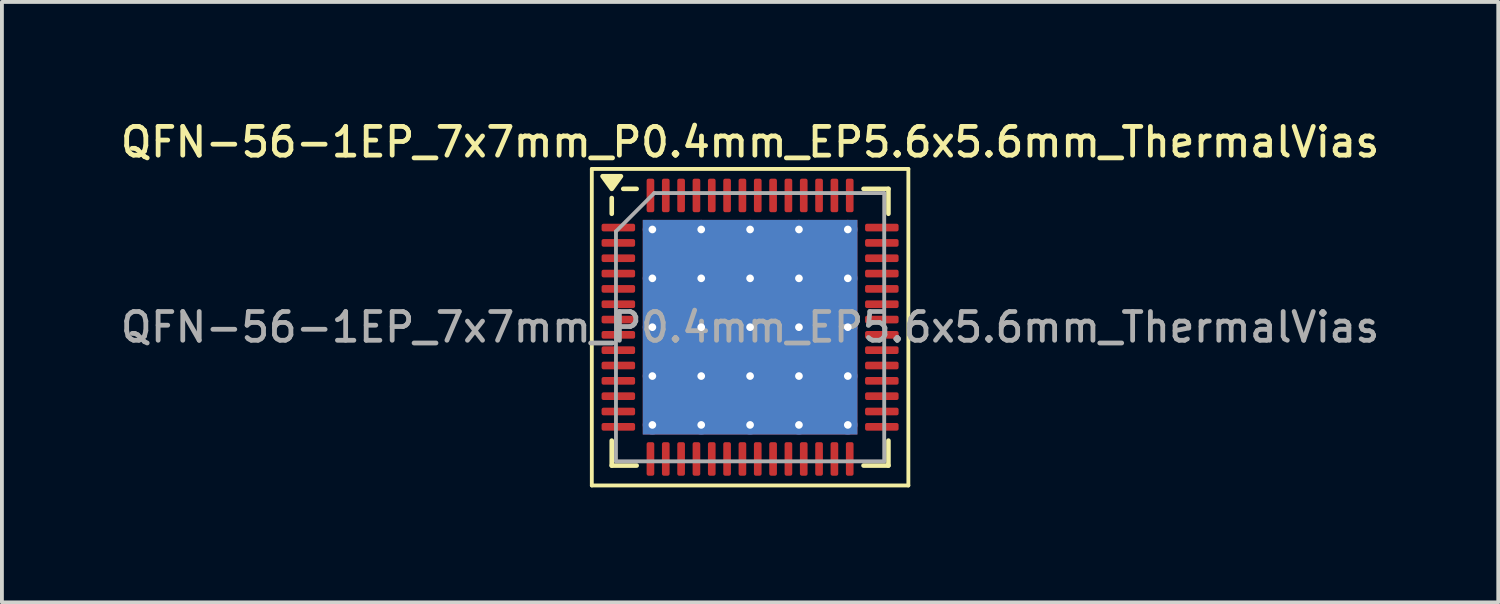
<source format=kicad_pcb>
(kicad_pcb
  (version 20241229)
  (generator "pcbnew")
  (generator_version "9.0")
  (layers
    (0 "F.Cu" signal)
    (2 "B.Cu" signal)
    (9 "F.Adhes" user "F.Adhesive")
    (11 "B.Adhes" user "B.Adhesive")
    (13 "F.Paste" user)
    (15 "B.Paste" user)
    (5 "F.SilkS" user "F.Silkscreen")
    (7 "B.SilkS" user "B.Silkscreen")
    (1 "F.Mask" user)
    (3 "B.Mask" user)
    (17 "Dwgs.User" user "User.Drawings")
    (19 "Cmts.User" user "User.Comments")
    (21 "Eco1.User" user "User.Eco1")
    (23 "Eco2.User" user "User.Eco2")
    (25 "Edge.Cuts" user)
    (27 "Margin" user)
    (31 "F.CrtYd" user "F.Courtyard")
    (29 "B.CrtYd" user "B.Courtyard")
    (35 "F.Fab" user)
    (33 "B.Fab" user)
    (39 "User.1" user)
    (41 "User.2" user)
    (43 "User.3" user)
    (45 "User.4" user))
  (footprint "QFN-56-1EP_7x7mm_P0.4mm_EP5.6x5.6mm_ThermalVias"
    (layer "F.Cu")
    (at 16.523 5.488)
    (property "Reference" "QFN-56-1EP_7x7mm_P0.4mm_EP5.6x5.6mm_ThermalVias" (at 0 -4.83 0) (layer "F.SilkS") (effects (font (size 0.75 0.75) (thickness 0.125))))
    (attr smd)
    (fp_line (start -4.13 -4.13) (end -4.13 4.13) (stroke (width 0.1) (type solid)) (layer "F.SilkS"))
    (fp_line (start -4.13 4.13) (end 4.13 4.13) (stroke (width 0.1) (type solid)) (layer "F.SilkS"))
    (fp_line (start -3.61 -2.96) (end -3.61 -3.37) (stroke (width 0.12) (type solid)) (layer "F.SilkS"))
    (fp_line (start -3.61 3.61) (end -3.61 2.96) (stroke (width 0.12) (type solid)) (layer "F.SilkS"))
    (fp_line (start -2.96 -3.61) (end -3.31 -3.61) (stroke (width 0.12) (type solid)) (layer "F.SilkS"))
    (fp_line (start -2.96 3.61) (end -3.61 3.61) (stroke (width 0.12) (type solid)) (layer "F.SilkS"))
    (fp_line (start 2.96 -3.61) (end 3.61 -3.61) (stroke (width 0.12) (type solid)) (layer "F.SilkS"))
    (fp_line (start 2.96 3.61) (end 3.61 3.61) (stroke (width 0.12) (type solid)) (layer "F.SilkS"))
    (fp_line (start 3.61 -3.61) (end 3.61 -2.96) (stroke (width 0.12) (type solid)) (layer "F.SilkS"))
    (fp_line (start 3.61 3.61) (end 3.61 2.96) (stroke (width 0.12) (type solid)) (layer "F.SilkS"))
    (fp_line (start 4.13 -4.13) (end -4.13 -4.13) (stroke (width 0.1) (type solid)) (layer "F.SilkS"))
    (fp_line (start 4.13 4.13) (end 4.13 -4.13) (stroke (width 0.1) (type solid)) (layer "F.SilkS"))
    (fp_poly (pts (xy -3.61 -3.61) (xy -3.85 -3.94) (xy -3.37 -3.94) (xy -3.61 -3.61)) (stroke (width 0.12) (type solid)) (fill yes) (layer "F.SilkS"))
    (fp_line (start -3.5 -2.5) (end -2.5 -3.5) (stroke (width 0.1) (type solid)) (layer "F.Fab"))
    (fp_line (start -3.5 3.5) (end -3.5 -2.5) (stroke (width 0.1) (type solid)) (layer "F.Fab"))
    (fp_line (start -2.5 -3.5) (end 3.5 -3.5) (stroke (width 0.1) (type solid)) (layer "F.Fab"))
    (fp_line (start 3.5 -3.5) (end 3.5 3.5) (stroke (width 0.1) (type solid)) (layer "F.Fab"))
    (fp_line (start 3.5 3.5) (end -3.5 3.5) (stroke (width 0.1) (type solid)) (layer "F.Fab"))
    (fp_text user "${REFERENCE}" (at 0 0 0) (layer "F.Fab") (effects (font (size 0.75 0.75) (thickness 0.125))))
    (pad "" smd roundrect (at -1.913 -1.913) (size 1.084 1.084) (layers "F.Paste") (roundrect_rratio 0.231))
    (pad "" smd roundrect (at -1.913 -0.637) (size 1.084 1.084) (layers "F.Paste") (roundrect_rratio 0.231))
    (pad "" smd roundrect (at -1.913 0.637) (size 1.084 1.084) (layers "F.Paste") (roundrect_rratio 0.231))
    (pad "" smd roundrect (at -1.913 1.913) (size 1.084 1.084) (layers "F.Paste") (roundrect_rratio 0.231))
    (pad "" smd roundrect (at -0.637 -1.913) (size 1.084 1.084) (layers "F.Paste") (roundrect_rratio 0.231))
    (pad "" smd roundrect (at -0.637 -0.637) (size 1.084 1.084) (layers "F.Paste") (roundrect_rratio 0.231))
    (pad "" smd roundrect (at -0.637 0.637) (size 1.084 1.084) (layers "F.Paste") (roundrect_rratio 0.231))
    (pad "" smd roundrect (at -0.637 1.913) (size 1.084 1.084) (layers "F.Paste") (roundrect_rratio 0.231))
    (pad "" smd roundrect (at 0.637 -1.913) (size 1.084 1.084) (layers "F.Paste") (roundrect_rratio 0.231))
    (pad "" smd roundrect (at 0.637 -0.637) (size 1.084 1.084) (layers "F.Paste") (roundrect_rratio 0.231))
    (pad "" smd roundrect (at 0.637 0.637) (size 1.084 1.084) (layers "F.Paste") (roundrect_rratio 0.231))
    (pad "" smd roundrect (at 0.637 1.913) (size 1.084 1.084) (layers "F.Paste") (roundrect_rratio 0.231))
    (pad "" smd roundrect (at 1.913 -1.913) (size 1.084 1.084) (layers "F.Paste") (roundrect_rratio 0.231))
    (pad "" smd roundrect (at 1.913 -0.637) (size 1.084 1.084) (layers "F.Paste") (roundrect_rratio 0.231))
    (pad "" smd roundrect (at 1.913 0.637) (size 1.084 1.084) (layers "F.Paste") (roundrect_rratio 0.231))
    (pad "" smd roundrect (at 1.913 1.913) (size 1.084 1.084) (layers "F.Paste") (roundrect_rratio 0.231))
    (pad "1" smd roundrect (at -3.438 -2.6) (size 0.875 0.2) (layers "F.Cu" "F.Mask" "F.Paste") (roundrect_rratio 0.25))
    (pad "2" smd roundrect (at -3.438 -2.2) (size 0.875 0.2) (layers "F.Cu" "F.Mask" "F.Paste") (roundrect_rratio 0.25))
    (pad "3" smd roundrect (at -3.438 -1.8) (size 0.875 0.2) (layers "F.Cu" "F.Mask" "F.Paste") (roundrect_rratio 0.25))
    (pad "4" smd roundrect (at -3.438 -1.4) (size 0.875 0.2) (layers "F.Cu" "F.Mask" "F.Paste") (roundrect_rratio 0.25))
    (pad "5" smd roundrect (at -3.438 -1) (size 0.875 0.2) (layers "F.Cu" "F.Mask" "F.Paste") (roundrect_rratio 0.25))
    (pad "6" smd roundrect (at -3.438 -0.6) (size 0.875 0.2) (layers "F.Cu" "F.Mask" "F.Paste") (roundrect_rratio 0.25))
    (pad "7" smd roundrect (at -3.438 -0.2) (size 0.875 0.2) (layers "F.Cu" "F.Mask" "F.Paste") (roundrect_rratio 0.25))
    (pad "8" smd roundrect (at -3.438 0.2) (size 0.875 0.2) (layers "F.Cu" "F.Mask" "F.Paste") (roundrect_rratio 0.25))
    (pad "9" smd roundrect (at -3.438 0.6) (size 0.875 0.2) (layers "F.Cu" "F.Mask" "F.Paste") (roundrect_rratio 0.25))
    (pad "10" smd roundrect (at -3.438 1) (size 0.875 0.2) (layers "F.Cu" "F.Mask" "F.Paste") (roundrect_rratio 0.25))
    (pad "11" smd roundrect (at -3.438 1.4) (size 0.875 0.2) (layers "F.Cu" "F.Mask" "F.Paste") (roundrect_rratio 0.25))
    (pad "12" smd roundrect (at -3.438 1.8) (size 0.875 0.2) (layers "F.Cu" "F.Mask" "F.Paste") (roundrect_rratio 0.25))
    (pad "13" smd roundrect (at -3.438 2.2) (size 0.875 0.2) (layers "F.Cu" "F.Mask" "F.Paste") (roundrect_rratio 0.25))
    (pad "14" smd roundrect (at -3.438 2.6) (size 0.875 0.2) (layers "F.Cu" "F.Mask" "F.Paste") (roundrect_rratio 0.25))
    (pad "15" smd roundrect (at -2.6 3.438) (size 0.2 0.875) (layers "F.Cu" "F.Mask" "F.Paste") (roundrect_rratio 0.25))
    (pad "16" smd roundrect (at -2.2 3.438) (size 0.2 0.875) (layers "F.Cu" "F.Mask" "F.Paste") (roundrect_rratio 0.25))
    (pad "17" smd roundrect (at -1.8 3.438) (size 0.2 0.875) (layers "F.Cu" "F.Mask" "F.Paste") (roundrect_rratio 0.25))
    (pad "18" smd roundrect (at -1.4 3.438) (size 0.2 0.875) (layers "F.Cu" "F.Mask" "F.Paste") (roundrect_rratio 0.25))
    (pad "19" smd roundrect (at -1 3.438) (size 0.2 0.875) (layers "F.Cu" "F.Mask" "F.Paste") (roundrect_rratio 0.25))
    (pad "20" smd roundrect (at -0.6 3.438) (size 0.2 0.875) (layers "F.Cu" "F.Mask" "F.Paste") (roundrect_rratio 0.25))
    (pad "21" smd roundrect (at -0.2 3.438) (size 0.2 0.875) (layers "F.Cu" "F.Mask" "F.Paste") (roundrect_rratio 0.25))
    (pad "22" smd roundrect (at 0.2 3.438) (size 0.2 0.875) (layers "F.Cu" "F.Mask" "F.Paste") (roundrect_rratio 0.25))
    (pad "23" smd roundrect (at 0.6 3.438) (size 0.2 0.875) (layers "F.Cu" "F.Mask" "F.Paste") (roundrect_rratio 0.25))
    (pad "24" smd roundrect (at 1 3.438) (size 0.2 0.875) (layers "F.Cu" "F.Mask" "F.Paste") (roundrect_rratio 0.25))
    (pad "25" smd roundrect (at 1.4 3.438) (size 0.2 0.875) (layers "F.Cu" "F.Mask" "F.Paste") (roundrect_rratio 0.25))
    (pad "26" smd roundrect (at 1.8 3.438) (size 0.2 0.875) (layers "F.Cu" "F.Mask" "F.Paste") (roundrect_rratio 0.25))
    (pad "27" smd roundrect (at 2.2 3.438) (size 0.2 0.875) (layers "F.Cu" "F.Mask" "F.Paste") (roundrect_rratio 0.25))
    (pad "28" smd roundrect (at 2.6 3.438) (size 0.2 0.875) (layers "F.Cu" "F.Mask" "F.Paste") (roundrect_rratio 0.25))
    (pad "29" smd roundrect (at 3.438 2.6) (size 0.875 0.2) (layers "F.Cu" "F.Mask" "F.Paste") (roundrect_rratio 0.25))
    (pad "30" smd roundrect (at 3.438 2.2) (size 0.875 0.2) (layers "F.Cu" "F.Mask" "F.Paste") (roundrect_rratio 0.25))
    (pad "31" smd roundrect (at 3.438 1.8) (size 0.875 0.2) (layers "F.Cu" "F.Mask" "F.Paste") (roundrect_rratio 0.25))
    (pad "32" smd roundrect (at 3.438 1.4) (size 0.875 0.2) (layers "F.Cu" "F.Mask" "F.Paste") (roundrect_rratio 0.25))
    (pad "33" smd roundrect (at 3.438 1) (size 0.875 0.2) (layers "F.Cu" "F.Mask" "F.Paste") (roundrect_rratio 0.25))
    (pad "34" smd roundrect (at 3.438 0.6) (size 0.875 0.2) (layers "F.Cu" "F.Mask" "F.Paste") (roundrect_rratio 0.25))
    (pad "35" smd roundrect (at 3.438 0.2) (size 0.875 0.2) (layers "F.Cu" "F.Mask" "F.Paste") (roundrect_rratio 0.25))
    (pad "36" smd roundrect (at 3.438 -0.2) (size 0.875 0.2) (layers "F.Cu" "F.Mask" "F.Paste") (roundrect_rratio 0.25))
    (pad "37" smd roundrect (at 3.438 -0.6) (size 0.875 0.2) (layers "F.Cu" "F.Mask" "F.Paste") (roundrect_rratio 0.25))
    (pad "38" smd roundrect (at 3.438 -1) (size 0.875 0.2) (layers "F.Cu" "F.Mask" "F.Paste") (roundrect_rratio 0.25))
    (pad "39" smd roundrect (at 3.438 -1.4) (size 0.875 0.2) (layers "F.Cu" "F.Mask" "F.Paste") (roundrect_rratio 0.25))
    (pad "40" smd roundrect (at 3.438 -1.8) (size 0.875 0.2) (layers "F.Cu" "F.Mask" "F.Paste") (roundrect_rratio 0.25))
    (pad "41" smd roundrect (at 3.438 -2.2) (size 0.875 0.2) (layers "F.Cu" "F.Mask" "F.Paste") (roundrect_rratio 0.25))
    (pad "42" smd roundrect (at 3.438 -2.6) (size 0.875 0.2) (layers "F.Cu" "F.Mask" "F.Paste") (roundrect_rratio 0.25))
    (pad "43" smd roundrect (at 2.6 -3.438) (size 0.2 0.875) (layers "F.Cu" "F.Mask" "F.Paste") (roundrect_rratio 0.25))
    (pad "44" smd roundrect (at 2.2 -3.438) (size 0.2 0.875) (layers "F.Cu" "F.Mask" "F.Paste") (roundrect_rratio 0.25))
    (pad "45" smd roundrect (at 1.8 -3.438) (size 0.2 0.875) (layers "F.Cu" "F.Mask" "F.Paste") (roundrect_rratio 0.25))
    (pad "46" smd roundrect (at 1.4 -3.438) (size 0.2 0.875) (layers "F.Cu" "F.Mask" "F.Paste") (roundrect_rratio 0.25))
    (pad "47" smd roundrect (at 1 -3.438) (size 0.2 0.875) (layers "F.Cu" "F.Mask" "F.Paste") (roundrect_rratio 0.25))
    (pad "48" smd roundrect (at 0.6 -3.438) (size 0.2 0.875) (layers "F.Cu" "F.Mask" "F.Paste") (roundrect_rratio 0.25))
    (pad "49" smd roundrect (at 0.2 -3.438) (size 0.2 0.875) (layers "F.Cu" "F.Mask" "F.Paste") (roundrect_rratio 0.25))
    (pad "50" smd roundrect (at -0.2 -3.438) (size 0.2 0.875) (layers "F.Cu" "F.Mask" "F.Paste") (roundrect_rratio 0.25))
    (pad "51" smd roundrect (at -0.6 -3.438) (size 0.2 0.875) (layers "F.Cu" "F.Mask" "F.Paste") (roundrect_rratio 0.25))
    (pad "52" smd roundrect (at -1 -3.438) (size 0.2 0.875) (layers "F.Cu" "F.Mask" "F.Paste") (roundrect_rratio 0.25))
    (pad "53" smd roundrect (at -1.4 -3.438) (size 0.2 0.875) (layers "F.Cu" "F.Mask" "F.Paste") (roundrect_rratio 0.25))
    (pad "54" smd roundrect (at -1.8 -3.438) (size 0.2 0.875) (layers "F.Cu" "F.Mask" "F.Paste") (roundrect_rratio 0.25))
    (pad "55" smd roundrect (at -2.2 -3.438) (size 0.2 0.875) (layers "F.Cu" "F.Mask" "F.Paste") (roundrect_rratio 0.25))
    (pad "56" smd roundrect (at -2.6 -3.438) (size 0.2 0.875) (layers "F.Cu" "F.Mask" "F.Paste") (roundrect_rratio 0.25))
    (pad "57" thru_hole circle (at -2.55 -2.55) (size 0.5 0.5) (drill 0.2) (property pad_prop_heatsink) (layers "*.Cu"))
    (pad "57" thru_hole circle (at -2.55 -1.275) (size 0.5 0.5) (drill 0.2) (property pad_prop_heatsink) (layers "*.Cu"))
    (pad "57" thru_hole circle (at -2.55 0) (size 0.5 0.5) (drill 0.2) (property pad_prop_heatsink) (layers "*.Cu"))
    (pad "57" thru_hole circle (at -2.55 1.275) (size 0.5 0.5) (drill 0.2) (property pad_prop_heatsink) (layers "*.Cu"))
    (pad "57" thru_hole circle (at -2.55 2.55) (size 0.5 0.5) (drill 0.2) (property pad_prop_heatsink) (layers "*.Cu"))
    (pad "57" thru_hole circle (at -1.275 -2.55) (size 0.5 0.5) (drill 0.2) (property pad_prop_heatsink) (layers "*.Cu"))
    (pad "57" thru_hole circle (at -1.275 -1.275) (size 0.5 0.5) (drill 0.2) (property pad_prop_heatsink) (layers "*.Cu"))
    (pad "57" thru_hole circle (at -1.275 0) (size 0.5 0.5) (drill 0.2) (property pad_prop_heatsink) (layers "*.Cu"))
    (pad "57" thru_hole circle (at -1.275 1.275) (size 0.5 0.5) (drill 0.2) (property pad_prop_heatsink) (layers "*.Cu"))
    (pad "57" thru_hole circle (at -1.275 2.55) (size 0.5 0.5) (drill 0.2) (property pad_prop_heatsink) (layers "*.Cu"))
    (pad "57" thru_hole circle (at 0 -2.55) (size 0.5 0.5) (drill 0.2) (property pad_prop_heatsink) (layers "*.Cu"))
    (pad "57" thru_hole circle (at 0 -1.275) (size 0.5 0.5) (drill 0.2) (property pad_prop_heatsink) (layers "*.Cu"))
    (pad "57" thru_hole circle (at 0 0) (size 0.5 0.5) (drill 0.2) (property pad_prop_heatsink) (layers "*.Cu"))
    (pad "57" smd rect (at 0 0) (size 5.6 5.6) (property pad_prop_heatsink) (layers "F.Cu" "F.Mask"))
    (pad "57" smd rect (at 0 0) (size 5.6 5.6) (property pad_prop_heatsink) (layers "B.Cu"))
    (pad "57" thru_hole circle (at 0 1.275) (size 0.5 0.5) (drill 0.2) (property pad_prop_heatsink) (layers "*.Cu"))
    (pad "57" thru_hole circle (at 0 2.55) (size 0.5 0.5) (drill 0.2) (property pad_prop_heatsink) (layers "*.Cu"))
    (pad "57" thru_hole circle (at 1.275 -2.55) (size 0.5 0.5) (drill 0.2) (property pad_prop_heatsink) (layers "*.Cu"))
    (pad "57" thru_hole circle (at 1.275 -1.275) (size 0.5 0.5) (drill 0.2) (property pad_prop_heatsink) (layers "*.Cu"))
    (pad "57" thru_hole circle (at 1.275 0) (size 0.5 0.5) (drill 0.2) (property pad_prop_heatsink) (layers "*.Cu"))
    (pad "57" thru_hole circle (at 1.275 1.275) (size 0.5 0.5) (drill 0.2) (property pad_prop_heatsink) (layers "*.Cu"))
    (pad "57" thru_hole circle (at 1.275 2.55) (size 0.5 0.5) (drill 0.2) (property pad_prop_heatsink) (layers "*.Cu"))
    (pad "57" thru_hole circle (at 2.55 -2.55) (size 0.5 0.5) (drill 0.2) (property pad_prop_heatsink) (layers "*.Cu"))
    (pad "57" thru_hole circle (at 2.55 -1.275) (size 0.5 0.5) (drill 0.2) (property pad_prop_heatsink) (layers "*.Cu"))
    (pad "57" thru_hole circle (at 2.55 0) (size 0.5 0.5) (drill 0.2) (property pad_prop_heatsink) (layers "*.Cu"))
    (pad "57" thru_hole circle (at 2.55 1.275) (size 0.5 0.5) (drill 0.2) (property pad_prop_heatsink) (layers "*.Cu"))
    (pad "57" thru_hole circle (at 2.55 2.55) (size 0.5 0.5) (drill 0.2) (property pad_prop_heatsink) (layers "*.Cu")))
  (gr_rect
    (start -3 -3)
    (end 36.046 12.668)
    (stroke (width 0.1) (type default))
    (fill no)
    (layer "Edge.Cuts")))
</source>
